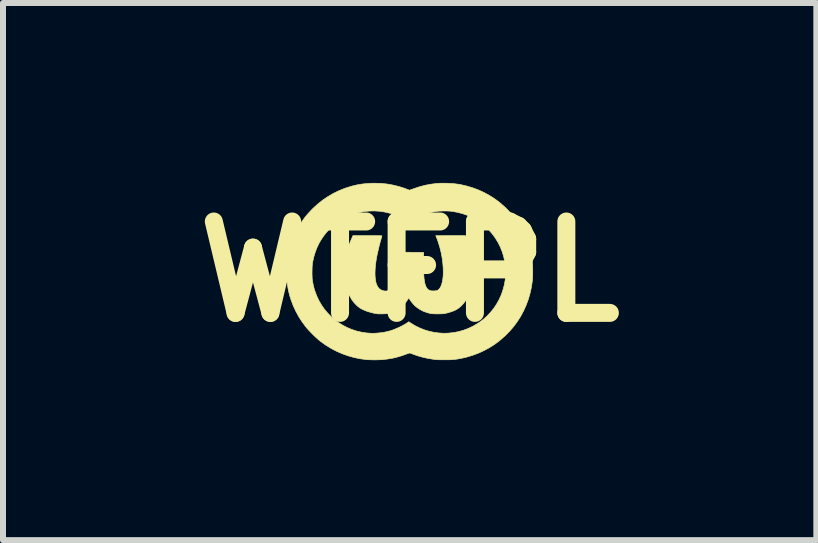
<source format=kicad_pcb>
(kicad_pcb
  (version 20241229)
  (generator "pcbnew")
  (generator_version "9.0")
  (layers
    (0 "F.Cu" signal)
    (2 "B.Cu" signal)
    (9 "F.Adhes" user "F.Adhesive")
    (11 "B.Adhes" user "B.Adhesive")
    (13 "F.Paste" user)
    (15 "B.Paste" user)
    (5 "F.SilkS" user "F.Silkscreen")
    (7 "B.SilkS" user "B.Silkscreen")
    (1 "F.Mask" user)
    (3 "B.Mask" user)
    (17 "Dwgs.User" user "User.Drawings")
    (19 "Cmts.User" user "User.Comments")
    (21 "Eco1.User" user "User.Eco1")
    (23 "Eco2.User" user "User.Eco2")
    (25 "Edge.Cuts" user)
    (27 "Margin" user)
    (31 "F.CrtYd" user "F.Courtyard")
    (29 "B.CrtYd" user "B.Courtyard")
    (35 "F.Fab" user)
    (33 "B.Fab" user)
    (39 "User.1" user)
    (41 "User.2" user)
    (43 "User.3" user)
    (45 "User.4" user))
  (footprint "WTFPL"
    (layer "F.Cu")
    (at 3.781 1.478)
    (property "Reference" "WTFPL" (at 0 0 0) (layer "F.SilkS") (effects (font (size 1.524 1.524) (thickness 0.3))))
    (attr through_hole)
    (fp_poly (pts (xy -0.655 -0.599) (xy -0.614 -0.599) (xy -0.579 -0.599) (xy -0.55 -0.598) (xy -0.526 -0.598) (xy -0.507 -0.598) (xy -0.492 -0.598) (xy -0.48 -0.597) (xy -0.472 -0.597) (xy -0.467 -0.596) (xy -0.464 -0.595) (xy -0.462 -0.594) (xy -0.462 -0.593) (xy -0.462 -0.592) (xy -0.468 -0.575) (xy -0.474 -0.552) (xy -0.482 -0.525) (xy -0.49 -0.496) (xy -0.498 -0.467) (xy -0.505 -0.439) (xy -0.511 -0.415) (xy -0.513 -0.407) (xy -0.533 -0.322) (xy -0.55 -0.243) (xy -0.562 -0.169) (xy -0.571 -0.099) (xy -0.576 -0.033) (xy -0.578 0.029) (xy -0.576 0.085) (xy -0.571 0.135) (xy -0.563 0.179) (xy -0.551 0.217) (xy -0.535 0.25) (xy -0.516 0.276) (xy -0.511 0.282) (xy -0.493 0.297) (xy -0.47 0.309) (xy -0.444 0.319) (xy -0.418 0.324) (xy -0.394 0.325) (xy -0.391 0.325) (xy -0.365 0.319) (xy -0.342 0.307) (xy -0.321 0.289) (xy -0.303 0.264) (xy -0.288 0.232) (xy -0.274 0.194) (xy -0.263 0.149) (xy -0.258 0.119) (xy -0.254 0.093) (xy -0.25 0.066) (xy -0.248 0.039) (xy -0.246 0.011) (xy -0.244 -0.021) (xy -0.244 -0.056) (xy -0.243 -0.095) (xy -0.244 -0.141) (xy -0.244 -0.177) (xy -0.246 -0.323) (xy -0.166 -0.323) (xy -0.144 -0.323) (xy -0.116 -0.323) (xy -0.084 -0.322) (xy -0.049 -0.322) (xy -0.011 -0.322) (xy 0.027 -0.321) (xy 0.065 -0.321) (xy 0.074 -0.321) (xy 0.234 -0.318) (xy 0.233 -0.158) (xy 0.233 -0.102) (xy 0.233 -0.053) (xy 0.233 -0.009) (xy 0.234 0.029) (xy 0.236 0.063) (xy 0.238 0.094) (xy 0.241 0.122) (xy 0.245 0.147) (xy 0.247 0.161) (xy 0.255 0.203) (xy 0.266 0.237) (xy 0.279 0.265) (xy 0.295 0.288) (xy 0.314 0.304) (xy 0.335 0.315) (xy 0.35 0.32) (xy 0.365 0.322) (xy 0.383 0.323) (xy 0.403 0.323) (xy 0.423 0.322) (xy 0.442 0.32) (xy 0.456 0.317) (xy 0.464 0.314) (xy 0.484 0.299) (xy 0.503 0.278) (xy 0.519 0.25) (xy 0.532 0.217) (xy 0.543 0.179) (xy 0.551 0.137) (xy 0.557 0.089) (xy 0.56 0.039) (xy 0.56 -0.016) (xy 0.558 -0.073) (xy 0.553 -0.133) (xy 0.546 -0.195) (xy 0.536 -0.258) (xy 0.523 -0.323) (xy 0.511 -0.37) (xy 0.503 -0.403) (xy 0.492 -0.438) (xy 0.481 -0.474) (xy 0.47 -0.509) (xy 0.459 -0.54) (xy 0.448 -0.566) (xy 0.448 -0.568) (xy 0.442 -0.581) (xy 0.438 -0.591) (xy 0.436 -0.597) (xy 0.435 -0.598) (xy 0.439 -0.598) (xy 0.449 -0.598) (xy 0.465 -0.598) (xy 0.487 -0.598) (xy 0.514 -0.598) (xy 0.545 -0.599) (xy 0.58 -0.599) (xy 0.617 -0.599) (xy 0.658 -0.599) (xy 0.682 -0.599) (xy 0.929 -0.599) (xy 0.944 -0.567) (xy 0.983 -0.476) (xy 1.015 -0.385) (xy 1.041 -0.295) (xy 1.059 -0.204) (xy 1.069 -0.14) (xy 1.072 -0.107) (xy 1.074 -0.069) (xy 1.074 -0.029) (xy 1.074 0.012) (xy 1.073 0.051) (xy 1.071 0.086) (xy 1.069 0.104) (xy 1.058 0.172) (xy 1.043 0.239) (xy 1.024 0.302) (xy 1.001 0.362) (xy 0.975 0.418) (xy 0.944 0.469) (xy 0.911 0.516) (xy 0.875 0.558) (xy 0.837 0.594) (xy 0.796 0.624) (xy 0.753 0.648) (xy 0.753 0.648) (xy 0.72 0.661) (xy 0.682 0.674) (xy 0.642 0.686) (xy 0.603 0.696) (xy 0.602 0.696) (xy 0.587 0.699) (xy 0.574 0.701) (xy 0.562 0.703) (xy 0.548 0.704) (xy 0.533 0.705) (xy 0.513 0.705) (xy 0.489 0.706) (xy 0.468 0.706) (xy 0.435 0.706) (xy 0.408 0.705) (xy 0.385 0.704) (xy 0.365 0.702) (xy 0.347 0.699) (xy 0.328 0.695) (xy 0.307 0.689) (xy 0.283 0.682) (xy 0.282 0.682) (xy 0.226 0.661) (xy 0.173 0.634) (xy 0.124 0.601) (xy 0.086 0.57) (xy 0.069 0.552) (xy 0.05 0.53) (xy 0.03 0.506) (xy 0.012 0.482) (xy -0.002 0.46) (xy -0.005 0.456) (xy -0.015 0.438) (xy -0.031 0.465) (xy -0.066 0.516) (xy -0.106 0.561) (xy -0.149 0.601) (xy -0.196 0.635) (xy -0.246 0.663) (xy -0.287 0.68) (xy -0.311 0.688) (xy -0.332 0.695) (xy -0.354 0.699) (xy -0.377 0.702) (xy -0.403 0.704) (xy -0.434 0.705) (xy -0.448 0.706) (xy -0.471 0.706) (xy -0.493 0.706) (xy -0.511 0.706) (xy -0.525 0.706) (xy -0.533 0.705) (xy -0.533 0.705) (xy -0.576 0.699) (xy -0.62 0.689) (xy -0.664 0.677) (xy -0.708 0.664) (xy -0.749 0.648) (xy -0.786 0.632) (xy -0.817 0.615) (xy -0.83 0.607) (xy -0.855 0.589) (xy -0.881 0.566) (xy -0.908 0.539) (xy -0.933 0.511) (xy -0.955 0.483) (xy -0.955 0.482) (xy -0.966 0.467) (xy -0.978 0.446) (xy -0.991 0.424) (xy -1.003 0.402) (xy -1.007 0.394) (xy -1.03 0.343) (xy -1.05 0.292) (xy -1.065 0.241) (xy -1.078 0.186) (xy -1.086 0.144) (xy -1.089 0.118) (xy -1.092 0.087) (xy -1.093 0.052) (xy -1.094 0.014) (xy -1.094 -0.024) (xy -1.093 -0.061) (xy -1.092 -0.095) (xy -1.089 -0.125) (xy -1.087 -0.14) (xy -1.073 -0.224) (xy -1.054 -0.306) (xy -1.031 -0.386) (xy -1.003 -0.466) (xy -0.968 -0.548) (xy -0.968 -0.549) (xy -0.946 -0.599) (xy -0.703 -0.599) (xy -0.655 -0.599)) (stroke (width 0.01) (type solid)) (fill yes) (layer "F.SilkS"))
    (fp_poly (pts (xy 0.613 -1.473) (xy 0.668 -1.47) (xy 0.722 -1.467) (xy 0.773 -1.461) (xy 0.821 -1.455) (xy 0.849 -1.45) (xy 0.952 -1.426) (xy 1.052 -1.396) (xy 1.149 -1.36) (xy 1.242 -1.317) (xy 1.332 -1.268) (xy 1.418 -1.213) (xy 1.5 -1.152) (xy 1.578 -1.084) (xy 1.617 -1.047) (xy 1.689 -0.971) (xy 1.754 -0.891) (xy 1.813 -0.807) (xy 1.866 -0.72) (xy 1.913 -0.629) (xy 1.953 -0.535) (xy 1.987 -0.438) (xy 2.014 -0.338) (xy 2.035 -0.235) (xy 2.045 -0.161) (xy 2.048 -0.132) (xy 2.05 -0.097) (xy 2.051 -0.058) (xy 2.052 -0.017) (xy 2.052 0.025) (xy 2.051 0.065) (xy 2.05 0.104) (xy 2.047 0.138) (xy 2.045 0.161) (xy 2.029 0.267) (xy 2.006 0.369) (xy 1.977 0.468) (xy 1.941 0.564) (xy 1.899 0.657) (xy 1.851 0.747) (xy 1.796 0.833) (xy 1.736 0.915) (xy 1.669 0.993) (xy 1.596 1.067) (xy 1.518 1.136) (xy 1.488 1.161) (xy 1.408 1.22) (xy 1.323 1.273) (xy 1.235 1.32) (xy 1.143 1.362) (xy 1.049 1.397) (xy 0.952 1.426) (xy 0.867 1.446) (xy 0.833 1.452) (xy 0.802 1.458) (xy 0.774 1.462) (xy 0.747 1.465) (xy 0.72 1.468) (xy 0.691 1.47) (xy 0.66 1.471) (xy 0.624 1.471) (xy 0.582 1.471) (xy 0.579 1.471) (xy 0.544 1.471) (xy 0.514 1.471) (xy 0.49 1.471) (xy 0.47 1.47) (xy 0.452 1.469) (xy 0.435 1.468) (xy 0.419 1.466) (xy 0.402 1.464) (xy 0.396 1.463) (xy 0.31 1.449) (xy 0.226 1.431) (xy 0.147 1.409) (xy 0.073 1.384) (xy 0.068 1.382) (xy 0.05 1.375) (xy 0.033 1.369) (xy 0.019 1.364) (xy 0.01 1.361) (xy 0.009 1.36) (xy 0.004 1.359) (xy -0.002 1.359) (xy -0.01 1.361) (xy -0.022 1.364) (xy -0.038 1.37) (xy -0.055 1.376) (xy -0.133 1.404) (xy -0.21 1.427) (xy -0.286 1.445) (xy -0.365 1.458) (xy -0.445 1.468) (xy -0.474 1.47) (xy -0.509 1.471) (xy -0.547 1.472) (xy -0.587 1.473) (xy -0.626 1.472) (xy -0.664 1.471) (xy -0.698 1.47) (xy -0.724 1.468) (xy -0.827 1.454) (xy -0.929 1.433) (xy -1.027 1.405) (xy -1.124 1.371) (xy -1.218 1.33) (xy -1.309 1.282) (xy -1.398 1.228) (xy -1.483 1.167) (xy -1.506 1.149) (xy -1.529 1.129) (xy -1.555 1.106) (xy -1.584 1.079) (xy -1.614 1.05) (xy -1.643 1.02) (xy -1.672 0.99) (xy -1.698 0.962) (xy -1.72 0.936) (xy -1.732 0.922) (xy -1.794 0.838) (xy -1.85 0.752) (xy -1.899 0.661) (xy -1.942 0.568) (xy -1.978 0.472) (xy -1.998 0.41) (xy -2.023 0.312) (xy -2.04 0.213) (xy -2.051 0.112) (xy -2.055 0.01) (xy -2.055 0.007) (xy -1.628 0.007) (xy -1.628 0.042) (xy -1.627 0.075) (xy -1.626 0.105) (xy -1.624 0.132) (xy -1.621 0.152) (xy -1.621 0.155) (xy -1.607 0.229) (xy -1.589 0.299) (xy -1.578 0.331) (xy -1.548 0.41) (xy -1.512 0.486) (xy -1.47 0.558) (xy -1.423 0.626) (xy -1.37 0.689) (xy -1.313 0.748) (xy -1.251 0.802) (xy -1.186 0.851) (xy -1.116 0.895) (xy -1.043 0.933) (xy -0.967 0.965) (xy -0.888 0.991) (xy -0.807 1.01) (xy -0.723 1.023) (xy -0.68 1.027) (xy -0.657 1.028) (xy -0.64 1.029) (xy -0.625 1.03) (xy -0.612 1.03) (xy -0.598 1.029) (xy -0.581 1.029) (xy -0.56 1.027) (xy -0.554 1.027) (xy -0.487 1.021) (xy -0.425 1.012) (xy -0.366 0.999) (xy -0.332 0.99) (xy -0.281 0.974) (xy -0.228 0.953) (xy -0.174 0.929) (xy -0.122 0.903) (xy -0.074 0.876) (xy -0.055 0.864) (xy -0.014 0.837) (xy 0.023 0.862) (xy 0.092 0.904) (xy 0.166 0.94) (xy 0.243 0.971) (xy 0.322 0.995) (xy 0.403 1.013) (xy 0.485 1.024) (xy 0.567 1.029) (xy 0.642 1.027) (xy 0.729 1.018) (xy 0.814 1.002) (xy 0.896 0.979) (xy 0.976 0.949) (xy 1.053 0.913) (xy 1.126 0.87) (xy 1.158 0.85) (xy 1.227 0.798) (xy 1.291 0.741) (xy 1.349 0.679) (xy 1.402 0.614) (xy 1.449 0.544) (xy 1.49 0.47) (xy 1.526 0.392) (xy 1.554 0.311) (xy 1.577 0.227) (xy 1.591 0.152) (xy 1.594 0.128) (xy 1.596 0.099) (xy 1.598 0.066) (xy 1.599 0.031) (xy 1.6 -0.003) (xy 1.599 -0.036) (xy 1.598 -0.066) (xy 1.597 -0.082) (xy 1.585 -0.168) (xy 1.567 -0.252) (xy 1.542 -0.333) (xy 1.51 -0.412) (xy 1.472 -0.487) (xy 1.428 -0.559) (xy 1.378 -0.627) (xy 1.323 -0.691) (xy 1.261 -0.751) (xy 1.194 -0.806) (xy 1.189 -0.81) (xy 1.119 -0.858) (xy 1.045 -0.9) (xy 0.968 -0.935) (xy 0.887 -0.964) (xy 0.803 -0.986) (xy 0.717 -1.002) (xy 0.695 -1.005) (xy 0.674 -1.007) (xy 0.648 -1.009) (xy 0.618 -1.01) (xy 0.586 -1.01) (xy 0.553 -1.01) (xy 0.522 -1.009) (xy 0.495 -1.008) (xy 0.472 -1.006) (xy 0.47 -1.006) (xy 0.385 -0.992) (xy 0.302 -0.972) (xy 0.22 -0.945) (xy 0.141 -0.911) (xy 0.065 -0.871) (xy 0.021 -0.843) (xy -0.015 -0.82) (xy -0.054 -0.846) (xy -0.075 -0.859) (xy -0.101 -0.873) (xy -0.13 -0.889) (xy -0.161 -0.905) (xy -0.193 -0.92) (xy -0.222 -0.934) (xy -0.248 -0.945) (xy -0.259 -0.949) (xy -0.34 -0.975) (xy -0.423 -0.994) (xy -0.506 -1.006) (xy -0.589 -1.011) (xy -0.673 -1.009) (xy -0.756 -1.001) (xy -0.838 -0.985) (xy -0.918 -0.964) (xy -0.997 -0.935) (xy -1.073 -0.9) (xy -1.147 -0.859) (xy -1.174 -0.841) (xy -1.207 -0.818) (xy -1.236 -0.797) (xy -1.263 -0.775) (xy -1.29 -0.751) (xy -1.319 -0.724) (xy -1.332 -0.711) (xy -1.361 -0.682) (xy -1.386 -0.654) (xy -1.408 -0.627) (xy -1.43 -0.599) (xy -1.452 -0.567) (xy -1.462 -0.553) (xy -1.506 -0.481) (xy -1.543 -0.405) (xy -1.574 -0.325) (xy -1.599 -0.242) (xy -1.618 -0.156) (xy -1.621 -0.138) (xy -1.623 -0.117) (xy -1.625 -0.091) (xy -1.627 -0.061) (xy -1.627 -0.028) (xy -1.628 0.007) (xy -2.055 0.007) (xy -2.053 -0.091) (xy -2.043 -0.192) (xy -2.027 -0.292) (xy -2.004 -0.39) (xy -1.998 -0.41) (xy -1.981 -0.466) (xy -1.963 -0.517) (xy -1.943 -0.568) (xy -1.92 -0.619) (xy -1.893 -0.673) (xy -1.893 -0.673) (xy -1.85 -0.751) (xy -1.804 -0.824) (xy -1.755 -0.893) (xy -1.7 -0.96) (xy -1.639 -1.026) (xy -1.609 -1.056) (xy -1.532 -1.126) (xy -1.452 -1.19) (xy -1.368 -1.247) (xy -1.28 -1.299) (xy -1.189 -1.344) (xy -1.094 -1.383) (xy -1.047 -1.399) (xy -0.962 -1.425) (xy -0.879 -1.445) (xy -0.795 -1.459) (xy -0.71 -1.468) (xy -0.622 -1.473) (xy -0.582 -1.473) (xy -0.478 -1.47) (xy -0.377 -1.46) (xy -0.277 -1.442) (xy -0.18 -1.418) (xy -0.084 -1.388) (xy -0.047 -1.373) (xy -0.03 -1.367) (xy -0.017 -1.362) (xy -0.007 -1.358) (xy -0.003 -1.357) (xy -0.003 -1.357) (xy 0.002 -1.358) (xy 0.012 -1.362) (xy 0.026 -1.367) (xy 0.044 -1.373) (xy 0.063 -1.38) (xy 0.158 -1.412) (xy 0.253 -1.438) (xy 0.35 -1.456) (xy 0.449 -1.469) (xy 0.464 -1.47) (xy 0.509 -1.473) (xy 0.56 -1.473) (xy 0.613 -1.473)) (stroke (width 0.01) (type solid)) (fill yes) (layer "F.SilkS")))
  (gr_rect
    (start -3 -3)
    (end 10.562 5.956)
    (stroke (width 0.1) (type default))
    (fill no)
    (layer "Edge.Cuts")))
</source>
